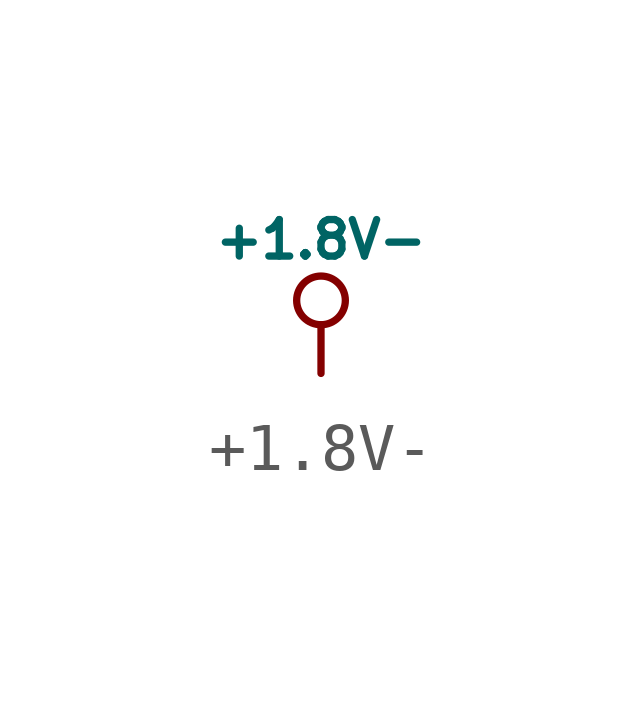
<source format=kicad_sym>
(kicad_symbol_lib
  (version 20220914)
  (generator kicad_symbol_editor)
  (symbol "+1.8V-"
    (power)
    (pin_names
      (offset 0))
    (property "Reference" "#PWR"
      (at 0 3.556 0)
      (effects (font (size 0.508 0.508)) hide))
    (property "Value" "+1.8V-"
      (at 0 2.794 0)
      (effects (font (size 0.762 0.762))))
    (symbol "+1.8V-_0_0"
      (polyline (pts (xy 0 0) (xy 0 1.016) (xy 0 1.016)) (stroke (width 0) (type solid)) (fill (type none)))
      (pin power_in line (at 0 0 90) (length 0) hide (name "+1.8V" (effects (font (size 0.508 0.508)))) (number "1" (effects (font (size 0.508 0.508))))))
    (symbol "+1.8V-_0_1"
      (circle (center 0 1.524) (radius 0.508) (stroke (width 0) (type solid)) (fill (type none))))))
</source>
